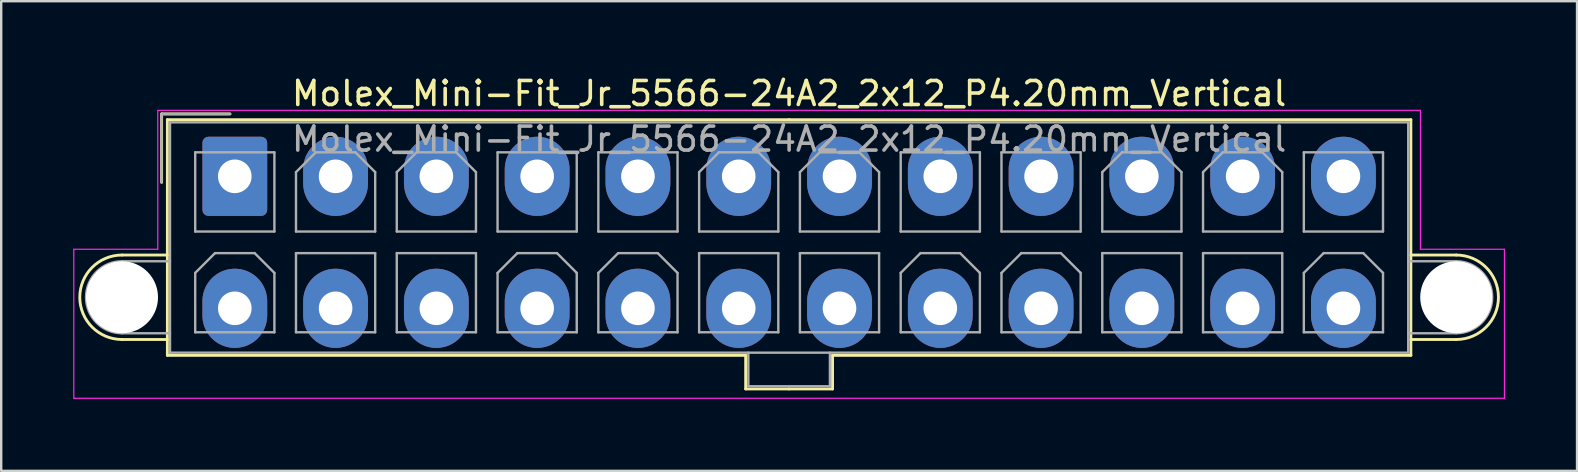
<source format=kicad_pcb>
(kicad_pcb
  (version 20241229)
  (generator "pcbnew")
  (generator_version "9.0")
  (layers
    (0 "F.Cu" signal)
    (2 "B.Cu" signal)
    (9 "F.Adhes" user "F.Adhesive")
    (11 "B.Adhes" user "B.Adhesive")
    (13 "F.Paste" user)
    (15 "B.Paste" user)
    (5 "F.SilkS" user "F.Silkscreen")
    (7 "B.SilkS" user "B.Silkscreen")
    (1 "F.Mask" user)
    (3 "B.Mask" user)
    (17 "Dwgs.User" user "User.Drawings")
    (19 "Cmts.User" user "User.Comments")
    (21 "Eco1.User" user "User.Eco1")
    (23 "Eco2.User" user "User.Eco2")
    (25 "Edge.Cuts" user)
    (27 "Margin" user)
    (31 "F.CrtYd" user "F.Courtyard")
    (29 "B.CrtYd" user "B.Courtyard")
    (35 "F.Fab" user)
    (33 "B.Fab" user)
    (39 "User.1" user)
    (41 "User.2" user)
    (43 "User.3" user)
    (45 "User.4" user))
  (footprint "Molex_Mini-Fit_Jr_5566-24A2_2x12_P4.20mm_Vertical"
    (layer "F.Cu")
    (at 6.735 4.298)
    (property "Reference" "Molex_Mini-Fit_Jr_5566-24A2_2x12_P4.20mm_Vertical" (at 23.1 -3.45 0) (layer "F.SilkS") (effects (font (size 1 1) (thickness 0.15))))
    (attr through_hole)
    (fp_line (start -4.7 3.28) (end -2.81 3.28) (stroke (width 0.12) (type solid)) (layer "F.SilkS"))
    (fp_line (start -4.7 6.8) (end -2.81 6.8) (stroke (width 0.12) (type solid)) (layer "F.SilkS"))
    (fp_line (start -3.05 -2.6) (end -3.05 0.25) (stroke (width 0.12) (type solid)) (layer "F.SilkS"))
    (fp_line (start -2.81 -2.36) (end -2.81 7.46) (stroke (width 0.12) (type solid)) (layer "F.SilkS"))
    (fp_line (start -2.81 7.46) (end 21.29 7.46) (stroke (width 0.12) (type solid)) (layer "F.SilkS"))
    (fp_line (start -0.2 -2.6) (end -3.05 -2.6) (stroke (width 0.12) (type solid)) (layer "F.SilkS"))
    (fp_line (start 21.29 7.46) (end 21.29 8.86) (stroke (width 0.12) (type solid)) (layer "F.SilkS"))
    (fp_line (start 21.29 8.86) (end 23.1 8.86) (stroke (width 0.12) (type solid)) (layer "F.SilkS"))
    (fp_line (start 23.1 -2.36) (end -2.81 -2.36) (stroke (width 0.12) (type solid)) (layer "F.SilkS"))
    (fp_line (start 23.1 -2.36) (end 49.01 -2.36) (stroke (width 0.12) (type solid)) (layer "F.SilkS"))
    (fp_line (start 24.91 7.46) (end 24.91 8.86) (stroke (width 0.12) (type solid)) (layer "F.SilkS"))
    (fp_line (start 24.91 8.86) (end 23.1 8.86) (stroke (width 0.12) (type solid)) (layer "F.SilkS"))
    (fp_line (start 49.01 -2.36) (end 49.01 7.46) (stroke (width 0.12) (type solid)) (layer "F.SilkS"))
    (fp_line (start 49.01 7.46) (end 24.91 7.46) (stroke (width 0.12) (type solid)) (layer "F.SilkS"))
    (fp_line (start 50.9 3.28) (end 49.01 3.28) (stroke (width 0.12) (type solid)) (layer "F.SilkS"))
    (fp_line (start 50.9 6.8) (end 49.01 6.8) (stroke (width 0.12) (type solid)) (layer "F.SilkS"))
    (fp_arc (start -4.7 6.8) (mid -6.46 5.04) (end -4.7 3.28) (stroke (width 0.12) (type solid)) (layer "F.SilkS"))
    (fp_arc (start 50.9 3.28) (mid 52.66 5.04) (end 50.9 6.8) (stroke (width 0.12) (type solid)) (layer "F.SilkS"))
    (fp_line (start -6.71 3.04) (end -6.71 9.25) (stroke (width 0.05) (type solid)) (layer "F.CrtYd"))
    (fp_line (start -6.71 9.25) (end 52.91 9.25) (stroke (width 0.05) (type solid)) (layer "F.CrtYd"))
    (fp_line (start -3.21 -2.75) (end -3.21 3.04) (stroke (width 0.05) (type solid)) (layer "F.CrtYd"))
    (fp_line (start -3.21 3.04) (end -6.71 3.04) (stroke (width 0.05) (type solid)) (layer "F.CrtYd"))
    (fp_line (start 49.41 -2.75) (end -3.21 -2.75) (stroke (width 0.05) (type solid)) (layer "F.CrtYd"))
    (fp_line (start 49.41 3.04) (end 49.41 -2.75) (stroke (width 0.05) (type solid)) (layer "F.CrtYd"))
    (fp_line (start 52.91 3.04) (end 49.41 3.04) (stroke (width 0.05) (type solid)) (layer "F.CrtYd"))
    (fp_line (start 52.91 9.25) (end 52.91 3.04) (stroke (width 0.05) (type solid)) (layer "F.CrtYd"))
    (fp_line (start -4.7 3.54) (end -2.7 3.54) (stroke (width 0.1) (type solid)) (layer "F.Fab"))
    (fp_line (start -4.7 6.54) (end -2.7 6.54) (stroke (width 0.1) (type solid)) (layer "F.Fab"))
    (fp_line (start -3.05 -2.6) (end -3.05 0.25) (stroke (width 0.1) (type solid)) (layer "F.Fab"))
    (fp_line (start -2.7 -2.25) (end -2.7 7.35) (stroke (width 0.1) (type solid)) (layer "F.Fab"))
    (fp_line (start -2.7 7.35) (end 48.9 7.35) (stroke (width 0.1) (type solid)) (layer "F.Fab"))
    (fp_line (start -1.65 -1) (end -1.65 2.3) (stroke (width 0.1) (type solid)) (layer "F.Fab"))
    (fp_line (start -1.65 2.3) (end 1.65 2.3) (stroke (width 0.1) (type solid)) (layer "F.Fab"))
    (fp_line (start -1.65 4.025) (end -0.825 3.2) (stroke (width 0.1) (type solid)) (layer "F.Fab"))
    (fp_line (start -1.65 6.5) (end -1.65 4.025) (stroke (width 0.1) (type solid)) (layer "F.Fab"))
    (fp_line (start -0.825 3.2) (end 0.825 3.2) (stroke (width 0.1) (type solid)) (layer "F.Fab"))
    (fp_line (start -0.2 -2.6) (end -3.05 -2.6) (stroke (width 0.1) (type solid)) (layer "F.Fab"))
    (fp_line (start 0.825 3.2) (end 1.65 4.025) (stroke (width 0.1) (type solid)) (layer "F.Fab"))
    (fp_line (start 1.65 -1) (end -1.65 -1) (stroke (width 0.1) (type solid)) (layer "F.Fab"))
    (fp_line (start 1.65 2.3) (end 1.65 -1) (stroke (width 0.1) (type solid)) (layer "F.Fab"))
    (fp_line (start 1.65 4.025) (end 1.65 6.5) (stroke (width 0.1) (type solid)) (layer "F.Fab"))
    (fp_line (start 1.65 6.5) (end -1.65 6.5) (stroke (width 0.1) (type solid)) (layer "F.Fab"))
    (fp_line (start 2.55 -0.175) (end 3.375 -1) (stroke (width 0.1) (type solid)) (layer "F.Fab"))
    (fp_line (start 2.55 2.3) (end 2.55 -0.175) (stroke (width 0.1) (type solid)) (layer "F.Fab"))
    (fp_line (start 2.55 3.2) (end 2.55 6.5) (stroke (width 0.1) (type solid)) (layer "F.Fab"))
    (fp_line (start 2.55 6.5) (end 5.85 6.5) (stroke (width 0.1) (type solid)) (layer "F.Fab"))
    (fp_line (start 3.375 -1) (end 5.025 -1) (stroke (width 0.1) (type solid)) (layer "F.Fab"))
    (fp_line (start 5.025 -1) (end 5.85 -0.175) (stroke (width 0.1) (type solid)) (layer "F.Fab"))
    (fp_line (start 5.85 -0.175) (end 5.85 2.3) (stroke (width 0.1) (type solid)) (layer "F.Fab"))
    (fp_line (start 5.85 2.3) (end 2.55 2.3) (stroke (width 0.1) (type solid)) (layer "F.Fab"))
    (fp_line (start 5.85 3.2) (end 2.55 3.2) (stroke (width 0.1) (type solid)) (layer "F.Fab"))
    (fp_line (start 5.85 6.5) (end 5.85 3.2) (stroke (width 0.1) (type solid)) (layer "F.Fab"))
    (fp_line (start 6.75 -0.175) (end 7.575 -1) (stroke (width 0.1) (type solid)) (layer "F.Fab"))
    (fp_line (start 6.75 2.3) (end 6.75 -0.175) (stroke (width 0.1) (type solid)) (layer "F.Fab"))
    (fp_line (start 6.75 3.2) (end 6.75 6.5) (stroke (width 0.1) (type solid)) (layer "F.Fab"))
    (fp_line (start 6.75 6.5) (end 10.05 6.5) (stroke (width 0.1) (type solid)) (layer "F.Fab"))
    (fp_line (start 7.575 -1) (end 9.225 -1) (stroke (width 0.1) (type solid)) (layer "F.Fab"))
    (fp_line (start 9.225 -1) (end 10.05 -0.175) (stroke (width 0.1) (type solid)) (layer "F.Fab"))
    (fp_line (start 10.05 -0.175) (end 10.05 2.3) (stroke (width 0.1) (type solid)) (layer "F.Fab"))
    (fp_line (start 10.05 2.3) (end 6.75 2.3) (stroke (width 0.1) (type solid)) (layer "F.Fab"))
    (fp_line (start 10.05 3.2) (end 6.75 3.2) (stroke (width 0.1) (type solid)) (layer "F.Fab"))
    (fp_line (start 10.05 6.5) (end 10.05 3.2) (stroke (width 0.1) (type solid)) (layer "F.Fab"))
    (fp_line (start 10.95 -1) (end 10.95 2.3) (stroke (width 0.1) (type solid)) (layer "F.Fab"))
    (fp_line (start 10.95 2.3) (end 14.25 2.3) (stroke (width 0.1) (type solid)) (layer "F.Fab"))
    (fp_line (start 10.95 4.025) (end 11.775 3.2) (stroke (width 0.1) (type solid)) (layer "F.Fab"))
    (fp_line (start 10.95 6.5) (end 10.95 4.025) (stroke (width 0.1) (type solid)) (layer "F.Fab"))
    (fp_line (start 11.775 3.2) (end 13.425 3.2) (stroke (width 0.1) (type solid)) (layer "F.Fab"))
    (fp_line (start 13.425 3.2) (end 14.25 4.025) (stroke (width 0.1) (type solid)) (layer "F.Fab"))
    (fp_line (start 14.25 -1) (end 10.95 -1) (stroke (width 0.1) (type solid)) (layer "F.Fab"))
    (fp_line (start 14.25 2.3) (end 14.25 -1) (stroke (width 0.1) (type solid)) (layer "F.Fab"))
    (fp_line (start 14.25 4.025) (end 14.25 6.5) (stroke (width 0.1) (type solid)) (layer "F.Fab"))
    (fp_line (start 14.25 6.5) (end 10.95 6.5) (stroke (width 0.1) (type solid)) (layer "F.Fab"))
    (fp_line (start 15.15 -1) (end 15.15 2.3) (stroke (width 0.1) (type solid)) (layer "F.Fab"))
    (fp_line (start 15.15 2.3) (end 18.45 2.3) (stroke (width 0.1) (type solid)) (layer "F.Fab"))
    (fp_line (start 15.15 4.025) (end 15.975 3.2) (stroke (width 0.1) (type solid)) (layer "F.Fab"))
    (fp_line (start 15.15 6.5) (end 15.15 4.025) (stroke (width 0.1) (type solid)) (layer "F.Fab"))
    (fp_line (start 15.975 3.2) (end 17.625 3.2) (stroke (width 0.1) (type solid)) (layer "F.Fab"))
    (fp_line (start 17.625 3.2) (end 18.45 4.025) (stroke (width 0.1) (type solid)) (layer "F.Fab"))
    (fp_line (start 18.45 -1) (end 15.15 -1) (stroke (width 0.1) (type solid)) (layer "F.Fab"))
    (fp_line (start 18.45 2.3) (end 18.45 -1) (stroke (width 0.1) (type solid)) (layer "F.Fab"))
    (fp_line (start 18.45 4.025) (end 18.45 6.5) (stroke (width 0.1) (type solid)) (layer "F.Fab"))
    (fp_line (start 18.45 6.5) (end 15.15 6.5) (stroke (width 0.1) (type solid)) (layer "F.Fab"))
    (fp_line (start 19.35 -0.175) (end 20.175 -1) (stroke (width 0.1) (type solid)) (layer "F.Fab"))
    (fp_line (start 19.35 2.3) (end 19.35 -0.175) (stroke (width 0.1) (type solid)) (layer "F.Fab"))
    (fp_line (start 19.35 3.2) (end 19.35 6.5) (stroke (width 0.1) (type solid)) (layer "F.Fab"))
    (fp_line (start 19.35 6.5) (end 22.65 6.5) (stroke (width 0.1) (type solid)) (layer "F.Fab"))
    (fp_line (start 20.175 -1) (end 21.825 -1) (stroke (width 0.1) (type solid)) (layer "F.Fab"))
    (fp_line (start 21.4 7.35) (end 21.4 8.75) (stroke (width 0.1) (type solid)) (layer "F.Fab"))
    (fp_line (start 21.4 8.75) (end 24.8 8.75) (stroke (width 0.1) (type solid)) (layer "F.Fab"))
    (fp_line (start 21.825 -1) (end 22.65 -0.175) (stroke (width 0.1) (type solid)) (layer "F.Fab"))
    (fp_line (start 22.65 -0.175) (end 22.65 2.3) (stroke (width 0.1) (type solid)) (layer "F.Fab"))
    (fp_line (start 22.65 2.3) (end 19.35 2.3) (stroke (width 0.1) (type solid)) (layer "F.Fab"))
    (fp_line (start 22.65 3.2) (end 19.35 3.2) (stroke (width 0.1) (type solid)) (layer "F.Fab"))
    (fp_line (start 22.65 6.5) (end 22.65 3.2) (stroke (width 0.1) (type solid)) (layer "F.Fab"))
    (fp_line (start 23.55 -0.175) (end 24.375 -1) (stroke (width 0.1) (type solid)) (layer "F.Fab"))
    (fp_line (start 23.55 2.3) (end 23.55 -0.175) (stroke (width 0.1) (type solid)) (layer "F.Fab"))
    (fp_line (start 23.55 3.2) (end 23.55 6.5) (stroke (width 0.1) (type solid)) (layer "F.Fab"))
    (fp_line (start 23.55 6.5) (end 26.85 6.5) (stroke (width 0.1) (type solid)) (layer "F.Fab"))
    (fp_line (start 24.375 -1) (end 26.025 -1) (stroke (width 0.1) (type solid)) (layer "F.Fab"))
    (fp_line (start 24.8 8.75) (end 24.8 7.35) (stroke (width 0.1) (type solid)) (layer "F.Fab"))
    (fp_line (start 26.025 -1) (end 26.85 -0.175) (stroke (width 0.1) (type solid)) (layer "F.Fab"))
    (fp_line (start 26.85 -0.175) (end 26.85 2.3) (stroke (width 0.1) (type solid)) (layer "F.Fab"))
    (fp_line (start 26.85 2.3) (end 23.55 2.3) (stroke (width 0.1) (type solid)) (layer "F.Fab"))
    (fp_line (start 26.85 3.2) (end 23.55 3.2) (stroke (width 0.1) (type solid)) (layer "F.Fab"))
    (fp_line (start 26.85 6.5) (end 26.85 3.2) (stroke (width 0.1) (type solid)) (layer "F.Fab"))
    (fp_line (start 27.75 -1) (end 27.75 2.3) (stroke (width 0.1) (type solid)) (layer "F.Fab"))
    (fp_line (start 27.75 2.3) (end 31.05 2.3) (stroke (width 0.1) (type solid)) (layer "F.Fab"))
    (fp_line (start 27.75 4.025) (end 28.575 3.2) (stroke (width 0.1) (type solid)) (layer "F.Fab"))
    (fp_line (start 27.75 6.5) (end 27.75 4.025) (stroke (width 0.1) (type solid)) (layer "F.Fab"))
    (fp_line (start 28.575 3.2) (end 30.225 3.2) (stroke (width 0.1) (type solid)) (layer "F.Fab"))
    (fp_line (start 30.225 3.2) (end 31.05 4.025) (stroke (width 0.1) (type solid)) (layer "F.Fab"))
    (fp_line (start 31.05 -1) (end 27.75 -1) (stroke (width 0.1) (type solid)) (layer "F.Fab"))
    (fp_line (start 31.05 2.3) (end 31.05 -1) (stroke (width 0.1) (type solid)) (layer "F.Fab"))
    (fp_line (start 31.05 4.025) (end 31.05 6.5) (stroke (width 0.1) (type solid)) (layer "F.Fab"))
    (fp_line (start 31.05 6.5) (end 27.75 6.5) (stroke (width 0.1) (type solid)) (layer "F.Fab"))
    (fp_line (start 31.95 -1) (end 31.95 2.3) (stroke (width 0.1) (type solid)) (layer "F.Fab"))
    (fp_line (start 31.95 2.3) (end 35.25 2.3) (stroke (width 0.1) (type solid)) (layer "F.Fab"))
    (fp_line (start 31.95 4.025) (end 32.775 3.2) (stroke (width 0.1) (type solid)) (layer "F.Fab"))
    (fp_line (start 31.95 6.5) (end 31.95 4.025) (stroke (width 0.1) (type solid)) (layer "F.Fab"))
    (fp_line (start 32.775 3.2) (end 34.425 3.2) (stroke (width 0.1) (type solid)) (layer "F.Fab"))
    (fp_line (start 34.425 3.2) (end 35.25 4.025) (stroke (width 0.1) (type solid)) (layer "F.Fab"))
    (fp_line (start 35.25 -1) (end 31.95 -1) (stroke (width 0.1) (type solid)) (layer "F.Fab"))
    (fp_line (start 35.25 2.3) (end 35.25 -1) (stroke (width 0.1) (type solid)) (layer "F.Fab"))
    (fp_line (start 35.25 4.025) (end 35.25 6.5) (stroke (width 0.1) (type solid)) (layer "F.Fab"))
    (fp_line (start 35.25 6.5) (end 31.95 6.5) (stroke (width 0.1) (type solid)) (layer "F.Fab"))
    (fp_line (start 36.15 -0.175) (end 36.975 -1) (stroke (width 0.1) (type solid)) (layer "F.Fab"))
    (fp_line (start 36.15 2.3) (end 36.15 -0.175) (stroke (width 0.1) (type solid)) (layer "F.Fab"))
    (fp_line (start 36.15 3.2) (end 36.15 6.5) (stroke (width 0.1) (type solid)) (layer "F.Fab"))
    (fp_line (start 36.15 6.5) (end 39.45 6.5) (stroke (width 0.1) (type solid)) (layer "F.Fab"))
    (fp_line (start 36.975 -1) (end 38.625 -1) (stroke (width 0.1) (type solid)) (layer "F.Fab"))
    (fp_line (start 38.625 -1) (end 39.45 -0.175) (stroke (width 0.1) (type solid)) (layer "F.Fab"))
    (fp_line (start 39.45 -0.175) (end 39.45 2.3) (stroke (width 0.1) (type solid)) (layer "F.Fab"))
    (fp_line (start 39.45 2.3) (end 36.15 2.3) (stroke (width 0.1) (type solid)) (layer "F.Fab"))
    (fp_line (start 39.45 3.2) (end 36.15 3.2) (stroke (width 0.1) (type solid)) (layer "F.Fab"))
    (fp_line (start 39.45 6.5) (end 39.45 3.2) (stroke (width 0.1) (type solid)) (layer "F.Fab"))
    (fp_line (start 40.35 -0.175) (end 41.175 -1) (stroke (width 0.1) (type solid)) (layer "F.Fab"))
    (fp_line (start 40.35 2.3) (end 40.35 -0.175) (stroke (width 0.1) (type solid)) (layer "F.Fab"))
    (fp_line (start 40.35 3.2) (end 40.35 6.5) (stroke (width 0.1) (type solid)) (layer "F.Fab"))
    (fp_line (start 40.35 6.5) (end 43.65 6.5) (stroke (width 0.1) (type solid)) (layer "F.Fab"))
    (fp_line (start 41.175 -1) (end 42.825 -1) (stroke (width 0.1) (type solid)) (layer "F.Fab"))
    (fp_line (start 42.825 -1) (end 43.65 -0.175) (stroke (width 0.1) (type solid)) (layer "F.Fab"))
    (fp_line (start 43.65 -0.175) (end 43.65 2.3) (stroke (width 0.1) (type solid)) (layer "F.Fab"))
    (fp_line (start 43.65 2.3) (end 40.35 2.3) (stroke (width 0.1) (type solid)) (layer "F.Fab"))
    (fp_line (start 43.65 3.2) (end 40.35 3.2) (stroke (width 0.1) (type solid)) (layer "F.Fab"))
    (fp_line (start 43.65 6.5) (end 43.65 3.2) (stroke (width 0.1) (type solid)) (layer "F.Fab"))
    (fp_line (start 44.55 -1) (end 44.55 2.3) (stroke (width 0.1) (type solid)) (layer "F.Fab"))
    (fp_line (start 44.55 2.3) (end 47.85 2.3) (stroke (width 0.1) (type solid)) (layer "F.Fab"))
    (fp_line (start 44.55 4.025) (end 45.375 3.2) (stroke (width 0.1) (type solid)) (layer "F.Fab"))
    (fp_line (start 44.55 6.5) (end 44.55 4.025) (stroke (width 0.1) (type solid)) (layer "F.Fab"))
    (fp_line (start 45.375 3.2) (end 47.025 3.2) (stroke (width 0.1) (type solid)) (layer "F.Fab"))
    (fp_line (start 47.025 3.2) (end 47.85 4.025) (stroke (width 0.1) (type solid)) (layer "F.Fab"))
    (fp_line (start 47.85 -1) (end 44.55 -1) (stroke (width 0.1) (type solid)) (layer "F.Fab"))
    (fp_line (start 47.85 2.3) (end 47.85 -1) (stroke (width 0.1) (type solid)) (layer "F.Fab"))
    (fp_line (start 47.85 4.025) (end 47.85 6.5) (stroke (width 0.1) (type solid)) (layer "F.Fab"))
    (fp_line (start 47.85 6.5) (end 44.55 6.5) (stroke (width 0.1) (type solid)) (layer "F.Fab"))
    (fp_line (start 48.9 -2.25) (end -2.7 -2.25) (stroke (width 0.1) (type solid)) (layer "F.Fab"))
    (fp_line (start 48.9 7.35) (end 48.9 -2.25) (stroke (width 0.1) (type solid)) (layer "F.Fab"))
    (fp_line (start 50.9 3.54) (end 48.9 3.54) (stroke (width 0.1) (type solid)) (layer "F.Fab"))
    (fp_line (start 50.9 6.54) (end 48.9 6.54) (stroke (width 0.1) (type solid)) (layer "F.Fab"))
    (fp_arc (start -4.7 6.54) (mid -6.2 5.04) (end -4.7 3.54) (stroke (width 0.1) (type solid)) (layer "F.Fab"))
    (fp_arc (start 50.9 3.54) (mid 52.4 5.04) (end 50.9 6.54) (stroke (width 0.1) (type solid)) (layer "F.Fab"))
    (fp_text user "${REFERENCE}" (at 23.1 -1.55 0) (layer "F.Fab") (effects (font (size 1 1) (thickness 0.15))))
    (pad "" np_thru_hole circle (at -4.7 5.04) (size 3 3) (drill 3) (layers "*.Cu" "*.Mask"))
    (pad "" np_thru_hole circle (at 50.9 5.04) (size 3 3) (drill 3) (layers "*.Cu" "*.Mask"))
    (pad "1" thru_hole roundrect (at 0 0) (size 2.7 3.3) (drill 1.4) (layers "*.Cu" "*.Mask") (roundrect_rratio 0.093))
    (pad "2" thru_hole oval (at 4.2 0) (size 2.7 3.3) (drill 1.4) (layers "*.Cu" "*.Mask"))
    (pad "3" thru_hole oval (at 8.4 0) (size 2.7 3.3) (drill 1.4) (layers "*.Cu" "*.Mask"))
    (pad "4" thru_hole oval (at 12.6 0) (size 2.7 3.3) (drill 1.4) (layers "*.Cu" "*.Mask"))
    (pad "5" thru_hole oval (at 16.8 0) (size 2.7 3.3) (drill 1.4) (layers "*.Cu" "*.Mask"))
    (pad "6" thru_hole oval (at 21 0) (size 2.7 3.3) (drill 1.4) (layers "*.Cu" "*.Mask"))
    (pad "7" thru_hole oval (at 25.2 0) (size 2.7 3.3) (drill 1.4) (layers "*.Cu" "*.Mask"))
    (pad "8" thru_hole oval (at 29.4 0) (size 2.7 3.3) (drill 1.4) (layers "*.Cu" "*.Mask"))
    (pad "9" thru_hole oval (at 33.6 0) (size 2.7 3.3) (drill 1.4) (layers "*.Cu" "*.Mask"))
    (pad "10" thru_hole oval (at 37.8 0) (size 2.7 3.3) (drill 1.4) (layers "*.Cu" "*.Mask"))
    (pad "11" thru_hole oval (at 42 0) (size 2.7 3.3) (drill 1.4) (layers "*.Cu" "*.Mask"))
    (pad "12" thru_hole oval (at 46.2 0) (size 2.7 3.3) (drill 1.4) (layers "*.Cu" "*.Mask"))
    (pad "13" thru_hole oval (at 0 5.5) (size 2.7 3.3) (drill 1.4) (layers "*.Cu" "*.Mask"))
    (pad "14" thru_hole oval (at 4.2 5.5) (size 2.7 3.3) (drill 1.4) (layers "*.Cu" "*.Mask"))
    (pad "15" thru_hole oval (at 8.4 5.5) (size 2.7 3.3) (drill 1.4) (layers "*.Cu" "*.Mask"))
    (pad "16" thru_hole oval (at 12.6 5.5) (size 2.7 3.3) (drill 1.4) (layers "*.Cu" "*.Mask"))
    (pad "17" thru_hole oval (at 16.8 5.5) (size 2.7 3.3) (drill 1.4) (layers "*.Cu" "*.Mask"))
    (pad "18" thru_hole oval (at 21 5.5) (size 2.7 3.3) (drill 1.4) (layers "*.Cu" "*.Mask"))
    (pad "19" thru_hole oval (at 25.2 5.5) (size 2.7 3.3) (drill 1.4) (layers "*.Cu" "*.Mask"))
    (pad "20" thru_hole oval (at 29.4 5.5) (size 2.7 3.3) (drill 1.4) (layers "*.Cu" "*.Mask"))
    (pad "21" thru_hole oval (at 33.6 5.5) (size 2.7 3.3) (drill 1.4) (layers "*.Cu" "*.Mask"))
    (pad "22" thru_hole oval (at 37.8 5.5) (size 2.7 3.3) (drill 1.4) (layers "*.Cu" "*.Mask"))
    (pad "23" thru_hole oval (at 42 5.5) (size 2.7 3.3) (drill 1.4) (layers "*.Cu" "*.Mask"))
    (pad "24" thru_hole oval (at 46.2 5.5) (size 2.7 3.3) (drill 1.4) (layers "*.Cu" "*.Mask")))
  (gr_rect
    (start -3 -3)
    (end 62.67 16.573)
    (stroke (width 0.1) (type default))
    (fill no)
    (layer "Edge.Cuts")))
</source>
